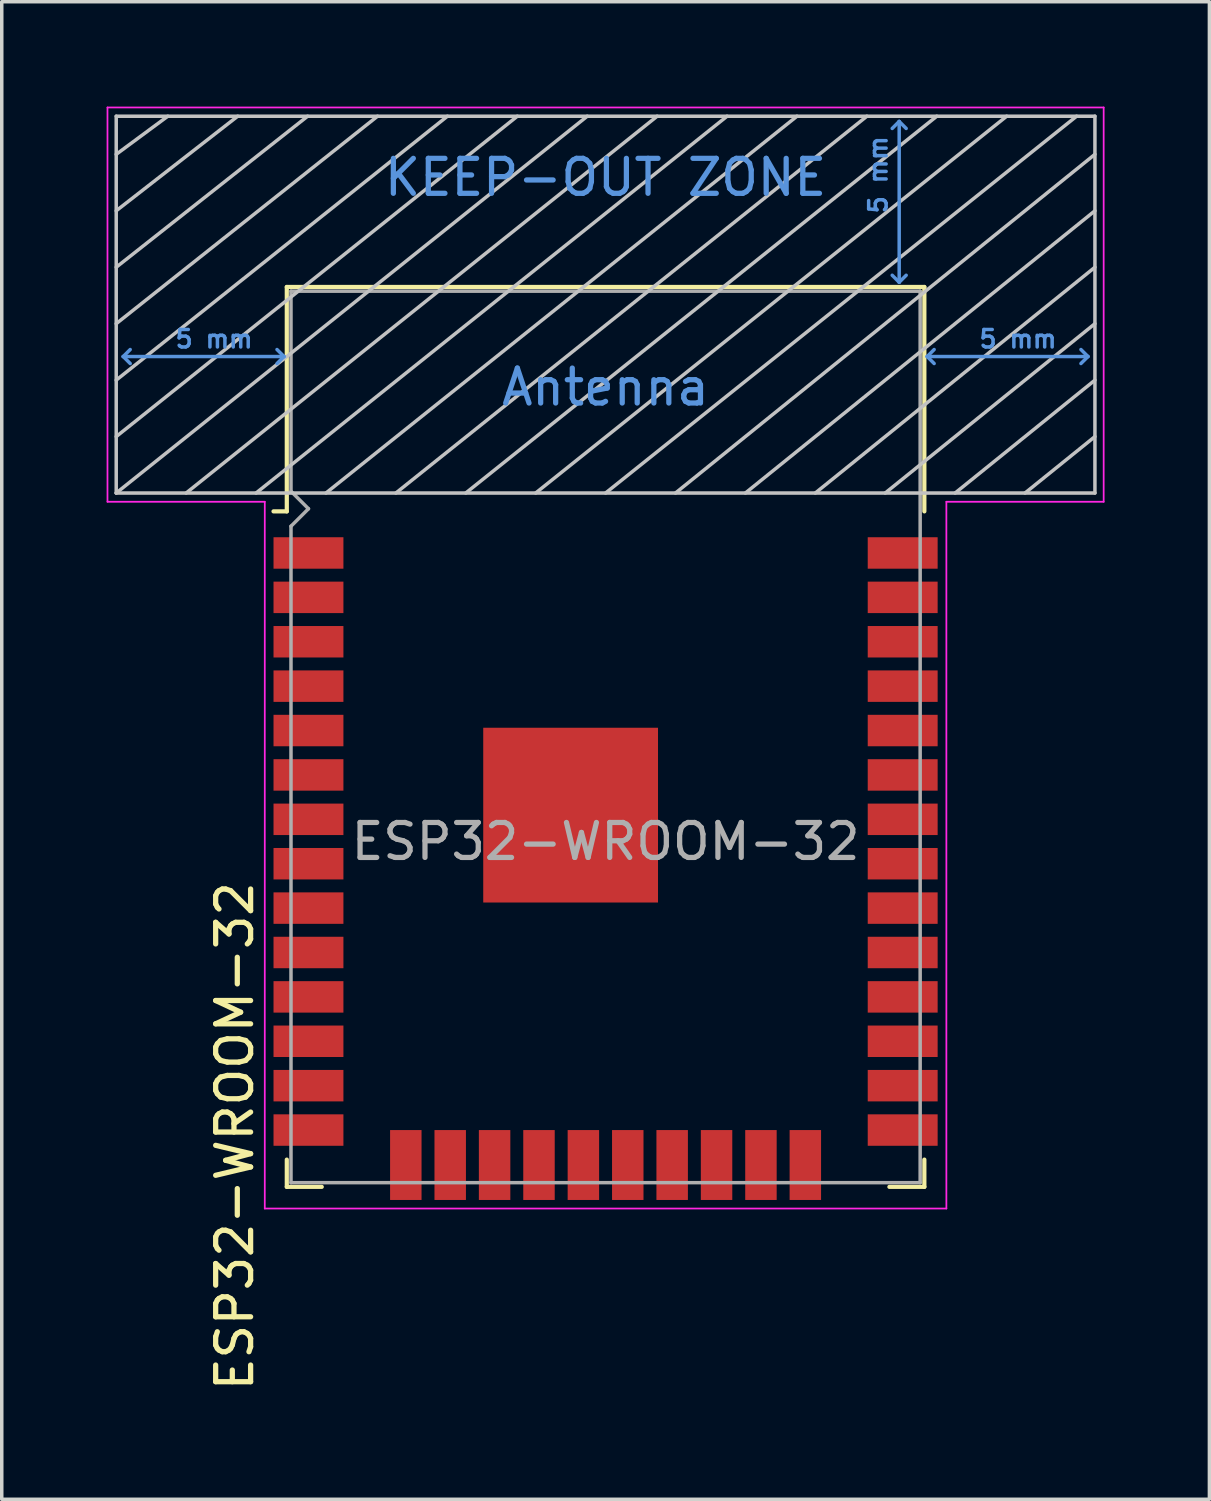
<source format=kicad_pcb>
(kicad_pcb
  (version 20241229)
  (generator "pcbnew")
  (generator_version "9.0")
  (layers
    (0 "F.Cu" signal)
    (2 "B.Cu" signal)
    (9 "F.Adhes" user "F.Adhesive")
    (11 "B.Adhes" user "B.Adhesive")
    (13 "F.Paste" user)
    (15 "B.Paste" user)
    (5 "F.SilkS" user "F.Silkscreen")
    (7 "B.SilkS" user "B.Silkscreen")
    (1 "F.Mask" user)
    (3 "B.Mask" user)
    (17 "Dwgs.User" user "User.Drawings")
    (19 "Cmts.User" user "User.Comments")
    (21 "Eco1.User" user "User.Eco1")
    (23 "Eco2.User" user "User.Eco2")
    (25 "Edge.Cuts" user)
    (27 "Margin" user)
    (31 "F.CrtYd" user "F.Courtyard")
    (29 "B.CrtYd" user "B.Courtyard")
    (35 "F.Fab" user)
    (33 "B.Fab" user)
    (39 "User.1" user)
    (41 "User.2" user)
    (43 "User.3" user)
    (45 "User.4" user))
  (footprint "ESP32-WROOM-32"
    (layer "F.Cu")
    (at 14.275 21.025)
    (property "Reference" "ESP32-WROOM-32" (at -10.61 8.43 90) (layer "F.SilkS") (effects (font (size 1 1) (thickness 0.15))))
    (attr smd)
    (fp_line (start -9.12 -15.865) (end -9.12 -9.445) (stroke (width 0.12) (type solid)) (layer "F.SilkS"))
    (fp_line (start -9.12 -15.865) (end 9.12 -15.865) (stroke (width 0.12) (type solid)) (layer "F.SilkS"))
    (fp_line (start -9.12 -9.445) (end -9.5 -9.445) (stroke (width 0.12) (type solid)) (layer "F.SilkS"))
    (fp_line (start -9.12 9.1) (end -9.12 9.88) (stroke (width 0.12) (type solid)) (layer "F.SilkS"))
    (fp_line (start -9.12 9.88) (end -8.12 9.88) (stroke (width 0.12) (type solid)) (layer "F.SilkS"))
    (fp_line (start 9.12 -15.865) (end 9.12 -9.445) (stroke (width 0.12) (type solid)) (layer "F.SilkS"))
    (fp_line (start 9.12 9.1) (end 9.12 9.88) (stroke (width 0.12) (type solid)) (layer "F.SilkS"))
    (fp_line (start 9.12 9.88) (end 8.12 9.88) (stroke (width 0.12) (type solid)) (layer "F.SilkS"))
    (fp_line (start -14 -9.97) (end -14 -20.75) (stroke (width 0.1) (type solid)) (layer "Dwgs.User"))
    (fp_line (start -12.525 -20.75) (end -14 -19.66) (stroke (width 0.1) (type solid)) (layer "Dwgs.User"))
    (fp_line (start -10.525 -20.75) (end -14 -18.045) (stroke (width 0.1) (type solid)) (layer "Dwgs.User"))
    (fp_line (start -8.525 -20.75) (end -14 -16.43) (stroke (width 0.1) (type solid)) (layer "Dwgs.User"))
    (fp_line (start -8 -9.97) (end 5.475 -20.75) (stroke (width 0.1) (type solid)) (layer "Dwgs.User"))
    (fp_line (start -6.525 -20.75) (end -14 -14.815) (stroke (width 0.1) (type solid)) (layer "Dwgs.User"))
    (fp_line (start -4.525 -20.75) (end -14 -13.2) (stroke (width 0.1) (type solid)) (layer "Dwgs.User"))
    (fp_line (start -2.525 -20.75) (end -14 -11.585) (stroke (width 0.1) (type solid)) (layer "Dwgs.User"))
    (fp_line (start -0.525 -20.75) (end -14 -9.97) (stroke (width 0.1) (type solid)) (layer "Dwgs.User"))
    (fp_line (start 1.475 -20.75) (end -12 -9.97) (stroke (width 0.1) (type solid)) (layer "Dwgs.User"))
    (fp_line (start 3.475 -20.75) (end -10 -9.97) (stroke (width 0.1) (type solid)) (layer "Dwgs.User"))
    (fp_line (start 7.475 -20.75) (end -6 -9.97) (stroke (width 0.1) (type solid)) (layer "Dwgs.User"))
    (fp_line (start 9.475 -20.75) (end -4 -9.97) (stroke (width 0.1) (type solid)) (layer "Dwgs.User"))
    (fp_line (start 11.475 -20.75) (end -2 -9.97) (stroke (width 0.1) (type solid)) (layer "Dwgs.User"))
    (fp_line (start 13.475 -20.75) (end 0 -9.97) (stroke (width 0.1) (type solid)) (layer "Dwgs.User"))
    (fp_line (start 14 -20.75) (end -14 -20.75) (stroke (width 0.1) (type solid)) (layer "Dwgs.User"))
    (fp_line (start 14 -19.66) (end 2 -9.97) (stroke (width 0.1) (type solid)) (layer "Dwgs.User"))
    (fp_line (start 14 -18.045) (end 4 -9.97) (stroke (width 0.1) (type solid)) (layer "Dwgs.User"))
    (fp_line (start 14 -16.43) (end 6 -9.97) (stroke (width 0.1) (type solid)) (layer "Dwgs.User"))
    (fp_line (start 14 -14.815) (end 8 -9.97) (stroke (width 0.1) (type solid)) (layer "Dwgs.User"))
    (fp_line (start 14 -13.2) (end 10 -9.97) (stroke (width 0.1) (type solid)) (layer "Dwgs.User"))
    (fp_line (start 14 -11.585) (end 12 -9.97) (stroke (width 0.1) (type solid)) (layer "Dwgs.User"))
    (fp_line (start 14 -9.97) (end -14 -9.97) (stroke (width 0.1) (type solid)) (layer "Dwgs.User"))
    (fp_line (start 14 -9.97) (end 14 -20.75) (stroke (width 0.1) (type solid)) (layer "Dwgs.User"))
    (fp_line (start -13.8 -13.875) (end -13.6 -14.075) (stroke (width 0.1) (type solid)) (layer "Cmts.User"))
    (fp_line (start -13.8 -13.875) (end -13.6 -13.675) (stroke (width 0.1) (type solid)) (layer "Cmts.User"))
    (fp_line (start -13.8 -13.875) (end -9.2 -13.875) (stroke (width 0.1) (type solid)) (layer "Cmts.User"))
    (fp_line (start -9.2 -13.875) (end -9.4 -14.075) (stroke (width 0.1) (type solid)) (layer "Cmts.User"))
    (fp_line (start -9.2 -13.875) (end -9.4 -13.675) (stroke (width 0.1) (type solid)) (layer "Cmts.User"))
    (fp_line (start 8.4 -20.6) (end 8.2 -20.4) (stroke (width 0.1) (type solid)) (layer "Cmts.User"))
    (fp_line (start 8.4 -20.6) (end 8.6 -20.4) (stroke (width 0.1) (type solid)) (layer "Cmts.User"))
    (fp_line (start 8.4 -16) (end 8.2 -16.2) (stroke (width 0.1) (type solid)) (layer "Cmts.User"))
    (fp_line (start 8.4 -16) (end 8.4 -20.6) (stroke (width 0.1) (type solid)) (layer "Cmts.User"))
    (fp_line (start 8.4 -16) (end 8.6 -16.2) (stroke (width 0.1) (type solid)) (layer "Cmts.User"))
    (fp_line (start 9.2 -13.875) (end 9.4 -14.075) (stroke (width 0.1) (type solid)) (layer "Cmts.User"))
    (fp_line (start 9.2 -13.875) (end 9.4 -13.675) (stroke (width 0.1) (type solid)) (layer "Cmts.User"))
    (fp_line (start 9.2 -13.875) (end 13.8 -13.875) (stroke (width 0.1) (type solid)) (layer "Cmts.User"))
    (fp_line (start 13.8 -13.875) (end 13.6 -14.075) (stroke (width 0.1) (type solid)) (layer "Cmts.User"))
    (fp_line (start 13.8 -13.875) (end 13.6 -13.675) (stroke (width 0.1) (type solid)) (layer "Cmts.User"))
    (fp_line (start -14.25 -21) (end -14.25 -9.72) (stroke (width 0.05) (type solid)) (layer "F.CrtYd"))
    (fp_line (start -14.25 -21) (end 14.25 -21) (stroke (width 0.05) (type solid)) (layer "F.CrtYd"))
    (fp_line (start -14.25 -9.72) (end -9.75 -9.72) (stroke (width 0.05) (type solid)) (layer "F.CrtYd"))
    (fp_line (start -9.75 10.5) (end -9.75 -9.72) (stroke (width 0.05) (type solid)) (layer "F.CrtYd"))
    (fp_line (start -9.75 10.5) (end 9.75 10.5) (stroke (width 0.05) (type solid)) (layer "F.CrtYd"))
    (fp_line (start 9.75 -9.72) (end 9.75 10.5) (stroke (width 0.05) (type solid)) (layer "F.CrtYd"))
    (fp_line (start 9.75 -9.72) (end 14.25 -9.72) (stroke (width 0.05) (type solid)) (layer "F.CrtYd"))
    (fp_line (start 14.25 -21) (end 14.25 -9.72) (stroke (width 0.05) (type solid)) (layer "F.CrtYd"))
    (fp_line (start -9 -15.745) (end -9 -10.02) (stroke (width 0.1) (type solid)) (layer "F.Fab"))
    (fp_line (start -9 -15.745) (end 9 -15.745) (stroke (width 0.1) (type solid)) (layer "F.Fab"))
    (fp_line (start -9 -9.02) (end -9 9.76) (stroke (width 0.1) (type solid)) (layer "F.Fab"))
    (fp_line (start -9 -9.02) (end -8.5 -9.52) (stroke (width 0.1) (type solid)) (layer "F.Fab"))
    (fp_line (start -9 9.76) (end 9 9.76) (stroke (width 0.1) (type solid)) (layer "F.Fab"))
    (fp_line (start -8.5 -9.52) (end -9 -10.02) (stroke (width 0.1) (type solid)) (layer "F.Fab"))
    (fp_line (start 9 9.76) (end 9 -15.745) (stroke (width 0.1) (type solid)) (layer "F.Fab"))
    (fp_text user "KEEP-OUT ZONE" (at 0 -19 0) (layer "Cmts.User") (effects (font (size 1 1) (thickness 0.15))))
    (fp_text user "Antenna" (at 0 -13 0) (layer "Cmts.User") (effects (font (size 1 1) (thickness 0.15))))
    (fp_text user "5 mm" (at -11.2 -14.375 0) (layer "Cmts.User") (effects (font (size 0.5 0.5) (thickness 0.1))))
    (fp_text user "5 mm" (at 11.8 -14.375 0) (layer "Cmts.User") (effects (font (size 0.5 0.5) (thickness 0.1))))
    (fp_text user "5 mm" (at 7.8 -19.075 90) (layer "Cmts.User") (effects (font (size 0.5 0.5) (thickness 0.1))))
    (fp_text user "${REFERENCE}" (at 0 0 0) (layer "F.Fab") (effects (font (size 1 1) (thickness 0.15))))
    (pad "1" smd rect (at -8.5 -8.255) (size 2 0.9) (layers "F.Cu" "F.Mask" "F.Paste"))
    (pad "2" smd rect (at -8.5 -6.985) (size 2 0.9) (layers "F.Cu" "F.Mask" "F.Paste"))
    (pad "3" smd rect (at -8.5 -5.715) (size 2 0.9) (layers "F.Cu" "F.Mask" "F.Paste"))
    (pad "4" smd rect (at -8.5 -4.445) (size 2 0.9) (layers "F.Cu" "F.Mask" "F.Paste"))
    (pad "5" smd rect (at -8.5 -3.175) (size 2 0.9) (layers "F.Cu" "F.Mask" "F.Paste"))
    (pad "6" smd rect (at -8.5 -1.905) (size 2 0.9) (layers "F.Cu" "F.Mask" "F.Paste"))
    (pad "7" smd rect (at -8.5 -0.635) (size 2 0.9) (layers "F.Cu" "F.Mask" "F.Paste"))
    (pad "8" smd rect (at -8.5 0.635) (size 2 0.9) (layers "F.Cu" "F.Mask" "F.Paste"))
    (pad "9" smd rect (at -8.5 1.905) (size 2 0.9) (layers "F.Cu" "F.Mask" "F.Paste"))
    (pad "10" smd rect (at -8.5 3.175) (size 2 0.9) (layers "F.Cu" "F.Mask" "F.Paste"))
    (pad "11" smd rect (at -8.5 4.445) (size 2 0.9) (layers "F.Cu" "F.Mask" "F.Paste"))
    (pad "12" smd rect (at -8.5 5.715) (size 2 0.9) (layers "F.Cu" "F.Mask" "F.Paste"))
    (pad "13" smd rect (at -8.5 6.985) (size 2 0.9) (layers "F.Cu" "F.Mask" "F.Paste"))
    (pad "14" smd rect (at -8.5 8.255) (size 2 0.9) (layers "F.Cu" "F.Mask" "F.Paste"))
    (pad "15" smd rect (at -5.715 9.255 90) (size 2 0.9) (layers "F.Cu" "F.Mask" "F.Paste"))
    (pad "16" smd rect (at -4.445 9.255 90) (size 2 0.9) (layers "F.Cu" "F.Mask" "F.Paste"))
    (pad "17" smd rect (at -3.175 9.255 90) (size 2 0.9) (layers "F.Cu" "F.Mask" "F.Paste"))
    (pad "18" smd rect (at -1.905 9.255 90) (size 2 0.9) (layers "F.Cu" "F.Mask" "F.Paste"))
    (pad "19" smd rect (at -0.635 9.255 90) (size 2 0.9) (layers "F.Cu" "F.Mask" "F.Paste"))
    (pad "20" smd rect (at 0.635 9.255 90) (size 2 0.9) (layers "F.Cu" "F.Mask" "F.Paste"))
    (pad "21" smd rect (at 1.905 9.255 90) (size 2 0.9) (layers "F.Cu" "F.Mask" "F.Paste"))
    (pad "22" smd rect (at 3.175 9.255 90) (size 2 0.9) (layers "F.Cu" "F.Mask" "F.Paste"))
    (pad "23" smd rect (at 4.445 9.255 90) (size 2 0.9) (layers "F.Cu" "F.Mask" "F.Paste"))
    (pad "24" smd rect (at 5.715 9.255 90) (size 2 0.9) (layers "F.Cu" "F.Mask" "F.Paste"))
    (pad "25" smd rect (at 8.5 8.255) (size 2 0.9) (layers "F.Cu" "F.Mask" "F.Paste"))
    (pad "26" smd rect (at 8.5 6.985) (size 2 0.9) (layers "F.Cu" "F.Mask" "F.Paste"))
    (pad "27" smd rect (at 8.5 5.715) (size 2 0.9) (layers "F.Cu" "F.Mask" "F.Paste"))
    (pad "28" smd rect (at 8.5 4.445) (size 2 0.9) (layers "F.Cu" "F.Mask" "F.Paste"))
    (pad "29" smd rect (at 8.5 3.175) (size 2 0.9) (layers "F.Cu" "F.Mask" "F.Paste"))
    (pad "30" smd rect (at 8.5 1.905) (size 2 0.9) (layers "F.Cu" "F.Mask" "F.Paste"))
    (pad "31" smd rect (at 8.5 0.635) (size 2 0.9) (layers "F.Cu" "F.Mask" "F.Paste"))
    (pad "32" smd rect (at 8.5 -0.635) (size 2 0.9) (layers "F.Cu" "F.Mask" "F.Paste"))
    (pad "33" smd rect (at 8.5 -1.905) (size 2 0.9) (layers "F.Cu" "F.Mask" "F.Paste"))
    (pad "34" smd rect (at 8.5 -3.175) (size 2 0.9) (layers "F.Cu" "F.Mask" "F.Paste"))
    (pad "35" smd rect (at 8.5 -4.445) (size 2 0.9) (layers "F.Cu" "F.Mask" "F.Paste"))
    (pad "36" smd rect (at 8.5 -5.715) (size 2 0.9) (layers "F.Cu" "F.Mask" "F.Paste"))
    (pad "37" smd rect (at 8.5 -6.985) (size 2 0.9) (layers "F.Cu" "F.Mask" "F.Paste"))
    (pad "38" smd rect (at 8.5 -8.255) (size 2 0.9) (layers "F.Cu" "F.Mask" "F.Paste"))
    (pad "39" smd rect (at -1 -0.755) (size 5 5) (layers "F.Cu" "F.Mask" "F.Paste")))
  (gr_rect
    (start -3 -3)
    (end 31.55 39.842)
    (stroke (width 0.1) (type default))
    (fill no)
    (layer "Edge.Cuts")))
</source>
